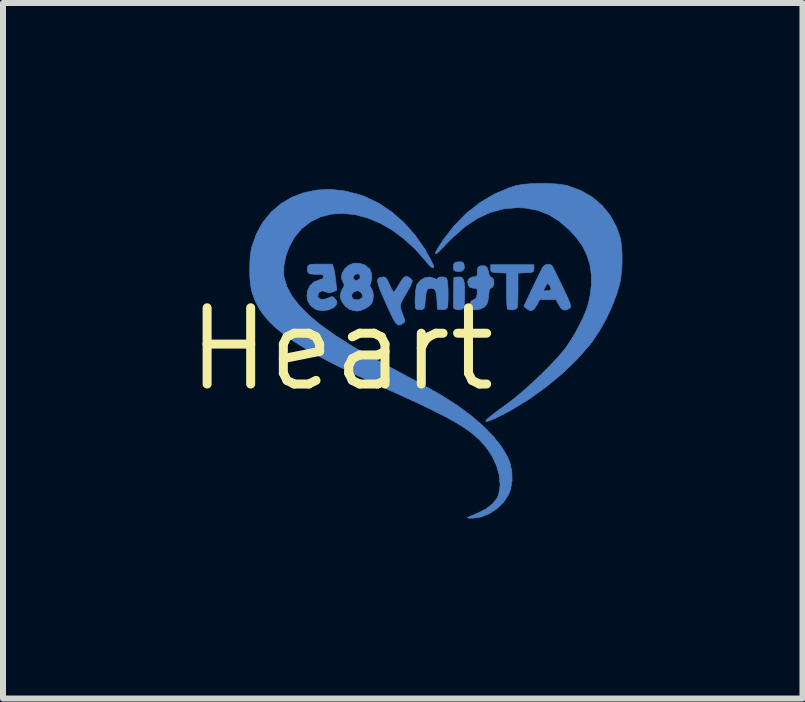
<source format=kicad_pcb>
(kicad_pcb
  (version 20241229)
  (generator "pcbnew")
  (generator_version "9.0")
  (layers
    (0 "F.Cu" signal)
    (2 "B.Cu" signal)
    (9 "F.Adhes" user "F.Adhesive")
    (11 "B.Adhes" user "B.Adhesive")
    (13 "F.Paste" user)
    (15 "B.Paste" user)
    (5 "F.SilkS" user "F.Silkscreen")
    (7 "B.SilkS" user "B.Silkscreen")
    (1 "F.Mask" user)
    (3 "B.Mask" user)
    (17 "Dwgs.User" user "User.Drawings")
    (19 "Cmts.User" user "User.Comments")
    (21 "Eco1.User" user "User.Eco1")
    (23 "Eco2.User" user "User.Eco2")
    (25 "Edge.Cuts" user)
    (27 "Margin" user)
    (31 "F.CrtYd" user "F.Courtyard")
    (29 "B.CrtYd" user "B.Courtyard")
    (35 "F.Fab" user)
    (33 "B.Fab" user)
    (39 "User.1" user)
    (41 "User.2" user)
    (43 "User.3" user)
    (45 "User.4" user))
  (footprint "Heart"
    (layer "F.Cu")
    (at 2.638 2.768)
    (property "Reference" "Heart" (at 0 0 0) (layer "F.SilkS") (effects (font (size 1.27 1.27) (thickness 0.15))))
    (attr through_hole)
    (fp_poly (pts (xy 2.006 -1.456) (xy 2.033 -1.439) (xy 2.042 -1.419) (xy 2.049 -1.352) (xy 2.022 -1.308) (xy 1.963 -1.291) (xy 1.956 -1.291) (xy 1.899 -1.3) (xy 1.871 -1.321) (xy 1.864 -1.366) (xy 1.866 -1.401) (xy 1.88 -1.435) (xy 1.915 -1.452) (xy 1.951 -1.456) (xy 2.006 -1.456)) (stroke (width 0.01) (type solid)) (fill yes) (layer "B.Cu"))
    (fp_poly (pts (xy 2.016 -1.189) (xy 2.037 -1.154) (xy 2.049 -1.09) (xy 2.053 -0.994) (xy 2.053 -0.941) (xy 2.052 -0.846) (xy 2.049 -0.765) (xy 2.044 -0.708) (xy 2.04 -0.69) (xy 2.012 -0.667) (xy 1.964 -0.657) (xy 1.912 -0.66) (xy 1.877 -0.676) (xy 1.872 -0.684) (xy 1.868 -0.715) (xy 1.866 -0.779) (xy 1.866 -0.866) (xy 1.867 -0.954) (xy 1.873 -1.196) (xy 1.933 -1.203) (xy 1.982 -1.204) (xy 2.016 -1.189)) (stroke (width 0.01) (type solid)) (fill yes) (layer "B.Cu"))
    (fp_poly (pts (xy 3.207 -1.344) (xy 3.205 -1.309) (xy 3.193 -1.29) (xy 3.162 -1.28) (xy 3.101 -1.276) (xy 3.074 -1.274) (xy 2.942 -1.268) (xy 2.942 -0.996) (xy 2.941 -0.89) (xy 2.939 -0.798) (xy 2.935 -0.729) (xy 2.93 -0.691) (xy 2.929 -0.69) (xy 2.902 -0.668) (xy 2.852 -0.656) (xy 2.8 -0.657) (xy 2.766 -0.67) (xy 2.761 -0.696) (xy 2.756 -0.755) (xy 2.753 -0.84) (xy 2.752 -0.944) (xy 2.752 -0.976) (xy 2.752 -1.268) (xy 2.619 -1.274) (xy 2.547 -1.279) (xy 2.508 -1.286) (xy 2.491 -1.302) (xy 2.487 -1.332) (xy 2.487 -1.344) (xy 2.487 -1.408) (xy 3.207 -1.408) (xy 3.207 -1.344)) (stroke (width 0.01) (type solid)) (fill yes) (layer "B.Cu"))
    (fp_poly (pts (xy 1.099 -1.21) (xy 1.122 -1.2) (xy 1.163 -1.169) (xy 1.181 -1.14) (xy 1.173 -1.109) (xy 1.147 -1.051) (xy 1.108 -0.976) (xy 1.077 -0.923) (xy 1.027 -0.837) (xy 0.996 -0.776) (xy 0.983 -0.726) (xy 0.988 -0.675) (xy 1.009 -0.611) (xy 1.041 -0.533) (xy 1.057 -0.484) (xy 1.053 -0.455) (xy 1.028 -0.432) (xy 0.984 -0.406) (xy 0.947 -0.403) (xy 0.913 -0.427) (xy 0.876 -0.481) (xy 0.83 -0.571) (xy 0.818 -0.598) (xy 0.742 -0.764) (xy 0.683 -0.895) (xy 0.641 -0.997) (xy 0.615 -1.072) (xy 0.603 -1.126) (xy 0.604 -1.161) (xy 0.619 -1.183) (xy 0.645 -1.196) (xy 0.683 -1.202) (xy 0.686 -1.203) (xy 0.718 -1.203) (xy 0.743 -1.187) (xy 0.768 -1.149) (xy 0.8 -1.081) (xy 0.831 -1.016) (xy 0.856 -0.97) (xy 0.871 -0.953) (xy 0.889 -0.969) (xy 0.919 -1.013) (xy 0.951 -1.066) (xy 0.999 -1.146) (xy 1.035 -1.193) (xy 1.066 -1.212) (xy 1.099 -1.21)) (stroke (width 0.01) (type solid)) (fill yes) (layer "B.Cu"))
    (fp_poly (pts (xy 1.726 -1.197) (xy 1.753 -1.181) (xy 1.763 -1.15) (xy 1.771 -1.088) (xy 1.776 -1.005) (xy 1.778 -0.914) (xy 1.777 -0.824) (xy 1.773 -0.748) (xy 1.765 -0.695) (xy 1.76 -0.681) (xy 1.725 -0.662) (xy 1.67 -0.66) (xy 1.598 -0.667) (xy 1.592 -0.814) (xy 1.584 -0.911) (xy 1.568 -0.972) (xy 1.541 -1.005) (xy 1.5 -1.016) (xy 1.491 -1.016) (xy 1.453 -1.01) (xy 1.428 -0.988) (xy 1.411 -0.942) (xy 1.401 -0.864) (xy 1.397 -0.815) (xy 1.391 -0.738) (xy 1.383 -0.693) (xy 1.368 -0.671) (xy 1.342 -0.663) (xy 1.322 -0.66) (xy 1.272 -0.66) (xy 1.243 -0.669) (xy 1.232 -0.702) (xy 1.227 -0.764) (xy 1.227 -0.844) (xy 1.232 -0.929) (xy 1.241 -1.006) (xy 1.253 -1.064) (xy 1.26 -1.08) (xy 1.315 -1.149) (xy 1.389 -1.191) (xy 1.471 -1.203) (xy 1.548 -1.18) (xy 1.548 -1.18) (xy 1.584 -1.164) (xy 1.601 -1.176) (xy 1.603 -1.18) (xy 1.629 -1.2) (xy 1.677 -1.206) (xy 1.726 -1.197)) (stroke (width 0.01) (type solid)) (fill yes) (layer "B.Cu"))
    (fp_poly (pts (xy 2.431 -1.357) (xy 2.451 -1.288) (xy 2.451 -1.286) (xy 2.465 -1.227) (xy 2.496 -1.201) (xy 2.499 -1.2) (xy 2.529 -1.173) (xy 2.542 -1.125) (xy 2.539 -1.073) (xy 2.518 -1.033) (xy 2.5 -1.023) (xy 2.476 -1.008) (xy 2.462 -0.974) (xy 2.453 -0.91) (xy 2.451 -0.884) (xy 2.442 -0.806) (xy 2.426 -0.756) (xy 2.397 -0.718) (xy 2.384 -0.706) (xy 2.33 -0.675) (xy 2.265 -0.658) (xy 2.203 -0.656) (xy 2.159 -0.671) (xy 2.146 -0.686) (xy 2.138 -0.749) (xy 2.16 -0.801) (xy 2.201 -0.825) (xy 2.236 -0.84) (xy 2.254 -0.872) (xy 2.261 -0.927) (xy 2.263 -0.983) (xy 2.254 -1.009) (xy 2.225 -1.016) (xy 2.202 -1.016) (xy 2.146 -1.027) (xy 2.114 -1.066) (xy 2.103 -1.13) (xy 2.128 -1.179) (xy 2.181 -1.205) (xy 2.202 -1.206) (xy 2.242 -1.21) (xy 2.26 -1.228) (xy 2.265 -1.274) (xy 2.265 -1.291) (xy 2.269 -1.347) (xy 2.286 -1.375) (xy 2.321 -1.389) (xy 2.388 -1.391) (xy 2.431 -1.357)) (stroke (width 0.01) (type solid)) (fill yes) (layer "B.Cu"))
    (fp_poly (pts (xy 3.5 -1.4) (xy 3.508 -1.392) (xy 3.524 -1.365) (xy 3.554 -1.306) (xy 3.596 -1.223) (xy 3.645 -1.123) (xy 3.684 -1.042) (xy 3.741 -0.921) (xy 3.781 -0.833) (xy 3.806 -0.772) (xy 3.817 -0.731) (xy 3.818 -0.705) (xy 3.81 -0.689) (xy 3.808 -0.688) (xy 3.764 -0.661) (xy 3.726 -0.652) (xy 3.689 -0.656) (xy 3.657 -0.683) (xy 3.624 -0.736) (xy 3.574 -0.826) (xy 3.305 -0.826) (xy 3.256 -0.736) (xy 3.211 -0.669) (xy 3.169 -0.642) (xy 3.122 -0.652) (xy 3.089 -0.674) (xy 3.039 -0.715) (xy 3.161 -0.974) (xy 3.364 -0.974) (xy 3.428 -0.974) (xy 3.476 -0.982) (xy 3.493 -1.001) (xy 3.481 -1.04) (xy 3.463 -1.069) (xy 3.443 -1.092) (xy 3.426 -1.087) (xy 3.403 -1.049) (xy 3.399 -1.041) (xy 3.364 -0.974) (xy 3.161 -0.974) (xy 3.183 -1.019) (xy 3.234 -1.127) (xy 3.281 -1.224) (xy 3.321 -1.303) (xy 3.348 -1.356) (xy 3.357 -1.371) (xy 3.399 -1.407) (xy 3.453 -1.418) (xy 3.5 -1.4)) (stroke (width 0.01) (type solid)) (fill yes) (layer "B.Cu"))
    (fp_poly (pts (xy -0.13 -1.354) (xy -0.117 -1.3) (xy -0.104 -1.221) (xy -0.093 -1.135) (xy -0.079 -0.981) (xy -0.144 -0.954) (xy -0.205 -0.939) (xy -0.251 -0.951) (xy -0.315 -0.972) (xy -0.362 -0.956) (xy -0.382 -0.93) (xy -0.394 -0.879) (xy -0.373 -0.845) (xy -0.327 -0.829) (xy -0.263 -0.837) (xy -0.212 -0.857) (xy -0.167 -0.877) (xy -0.137 -0.871) (xy -0.106 -0.842) (xy -0.073 -0.791) (xy -0.078 -0.746) (xy -0.122 -0.699) (xy -0.13 -0.693) (xy -0.212 -0.655) (xy -0.31 -0.642) (xy -0.405 -0.655) (xy -0.44 -0.669) (xy -0.515 -0.728) (xy -0.56 -0.805) (xy -0.575 -0.892) (xy -0.562 -0.98) (xy -0.523 -1.059) (xy -0.458 -1.12) (xy -0.37 -1.155) (xy -0.316 -1.173) (xy -0.297 -1.203) (xy -0.296 -1.209) (xy -0.302 -1.231) (xy -0.324 -1.243) (xy -0.374 -1.248) (xy -0.422 -1.249) (xy -0.494 -1.251) (xy -0.535 -1.259) (xy -0.555 -1.277) (xy -0.561 -1.291) (xy -0.566 -1.347) (xy -0.561 -1.376) (xy -0.551 -1.396) (xy -0.53 -1.408) (xy -0.491 -1.415) (xy -0.423 -1.418) (xy -0.35 -1.418) (xy -0.152 -1.418) (xy -0.13 -1.354)) (stroke (width 0.01) (type solid)) (fill yes) (layer "B.Cu"))
    (fp_poly (pts (xy 0.393 -1.401) (xy 0.466 -1.341) (xy 0.475 -1.329) (xy 0.501 -1.262) (xy 0.506 -1.18) (xy 0.489 -1.105) (xy 0.485 -1.098) (xy 0.474 -1.056) (xy 0.498 -1.015) (xy 0.498 -1.015) (xy 0.524 -0.961) (xy 0.532 -0.887) (xy 0.523 -0.81) (xy 0.504 -0.762) (xy 0.457 -0.714) (xy 0.386 -0.671) (xy 0.309 -0.642) (xy 0.26 -0.636) (xy 0.198 -0.645) (xy 0.133 -0.666) (xy 0.067 -0.713) (xy 0.013 -0.783) (xy -0.018 -0.859) (xy -0.02 -0.883) (xy 0.17 -0.883) (xy 0.189 -0.844) (xy 0.217 -0.827) (xy 0.279 -0.823) (xy 0.333 -0.849) (xy 0.349 -0.868) (xy 0.351 -0.905) (xy 0.327 -0.945) (xy 0.287 -0.971) (xy 0.268 -0.974) (xy 0.213 -0.96) (xy 0.179 -0.925) (xy 0.17 -0.883) (xy -0.02 -0.883) (xy -0.021 -0.889) (xy -0.01 -0.944) (xy 0.017 -1.004) (xy 0.019 -1.007) (xy 0.043 -1.054) (xy 0.043 -1.087) (xy 0.029 -1.111) (xy 0.002 -1.182) (xy 0.004 -1.203) (xy 0.195 -1.203) (xy 0.203 -1.166) (xy 0.238 -1.147) (xy 0.259 -1.147) (xy 0.302 -1.171) (xy 0.313 -1.199) (xy 0.305 -1.241) (xy 0.271 -1.258) (xy 0.225 -1.243) (xy 0.221 -1.24) (xy 0.195 -1.203) (xy 0.004 -1.203) (xy 0.009 -1.26) (xy 0.05 -1.336) (xy 0.118 -1.398) (xy 0.206 -1.433) (xy 0.302 -1.433) (xy 0.393 -1.401)) (stroke (width 0.01) (type solid)) (fill yes) (layer "B.Cu"))
    (fp_poly (pts (xy 3.451 -2.761) (xy 3.596 -2.752) (xy 3.72 -2.735) (xy 3.768 -2.725) (xy 3.986 -2.645) (xy 4.18 -2.534) (xy 4.346 -2.392) (xy 4.483 -2.223) (xy 4.586 -2.029) (xy 4.646 -1.853) (xy 4.665 -1.741) (xy 4.675 -1.601) (xy 4.676 -1.447) (xy 4.668 -1.295) (xy 4.65 -1.156) (xy 4.645 -1.126) (xy 4.592 -0.933) (xy 4.513 -0.723) (xy 4.414 -0.51) (xy 4.299 -0.306) (xy 4.175 -0.121) (xy 4.135 -0.069) (xy 3.923 0.171) (xy 3.678 0.407) (xy 3.408 0.63) (xy 3.123 0.835) (xy 2.83 1.014) (xy 2.683 1.092) (xy 2.564 1.15) (xy 2.477 1.188) (xy 2.423 1.204) (xy 2.403 1.2) (xy 2.418 1.175) (xy 2.447 1.148) (xy 2.487 1.115) (xy 2.554 1.063) (xy 2.639 0.999) (xy 2.735 0.929) (xy 2.775 0.9) (xy 2.902 0.802) (xy 3.042 0.683) (xy 3.19 0.55) (xy 3.337 0.411) (xy 3.476 0.271) (xy 3.6 0.14) (xy 3.701 0.022) (xy 3.743 -0.032) (xy 3.831 -0.162) (xy 3.919 -0.314) (xy 4.001 -0.473) (xy 4.068 -0.624) (xy 4.106 -0.73) (xy 4.143 -0.892) (xy 4.163 -1.066) (xy 4.163 -1.238) (xy 4.143 -1.39) (xy 4.141 -1.402) (xy 4.09 -1.568) (xy 4.017 -1.716) (xy 3.916 -1.857) (xy 3.802 -1.982) (xy 3.631 -2.131) (xy 3.457 -2.241) (xy 3.272 -2.313) (xy 3.072 -2.351) (xy 2.932 -2.358) (xy 2.705 -2.339) (xy 2.485 -2.28) (xy 2.271 -2.182) (xy 2.061 -2.043) (xy 1.855 -1.862) (xy 1.773 -1.779) (xy 1.703 -1.706) (xy 1.644 -1.646) (xy 1.601 -1.604) (xy 1.58 -1.588) (xy 1.579 -1.587) (xy 1.568 -1.595) (xy 1.573 -1.62) (xy 1.598 -1.667) (xy 1.643 -1.741) (xy 1.693 -1.816) (xy 1.875 -2.054) (xy 2.081 -2.264) (xy 2.309 -2.443) (xy 2.553 -2.588) (xy 2.809 -2.695) (xy 2.9 -2.723) (xy 3.007 -2.744) (xy 3.143 -2.757) (xy 3.295 -2.763) (xy 3.451 -2.761)) (stroke (width 0.01) (type solid)) (fill yes) (layer "B.Cu"))
    (fp_poly (pts (xy 0.067 -2.635) (xy 0.313 -2.571) (xy 0.393 -2.542) (xy 0.621 -2.433) (xy 0.84 -2.286) (xy 1.044 -2.107) (xy 1.228 -1.9) (xy 1.388 -1.671) (xy 1.473 -1.519) (xy 1.513 -1.44) (xy 1.535 -1.392) (xy 1.542 -1.366) (xy 1.536 -1.357) (xy 1.519 -1.356) (xy 1.493 -1.372) (xy 1.451 -1.412) (xy 1.408 -1.464) (xy 1.23 -1.667) (xy 1.04 -1.841) (xy 0.842 -1.987) (xy 0.638 -2.103) (xy 0.432 -2.188) (xy 0.227 -2.242) (xy 0.027 -2.263) (xy -0.165 -2.251) (xy -0.346 -2.205) (xy -0.513 -2.124) (xy -0.662 -2.007) (xy -0.672 -1.997) (xy -0.779 -1.868) (xy -0.864 -1.717) (xy -0.925 -1.555) (xy -0.958 -1.392) (xy -0.961 -1.238) (xy -0.953 -1.189) (xy -0.907 -1.039) (xy -0.824 -0.887) (xy -0.705 -0.732) (xy -0.547 -0.572) (xy -0.351 -0.408) (xy -0.115 -0.238) (xy 0.162 -0.062) (xy 0.263 -0.002) (xy 0.333 0.039) (xy 0.434 0.095) (xy 0.557 0.162) (xy 0.696 0.238) (xy 0.842 0.317) (xy 0.972 0.386) (xy 1.119 0.465) (xy 1.265 0.544) (xy 1.402 0.619) (xy 1.523 0.686) (xy 1.62 0.74) (xy 1.679 0.775) (xy 1.932 0.937) (xy 2.159 1.105) (xy 2.359 1.276) (xy 2.527 1.448) (xy 2.662 1.616) (xy 2.761 1.78) (xy 2.807 1.888) (xy 2.84 2.038) (xy 2.843 2.193) (xy 2.817 2.339) (xy 2.786 2.421) (xy 2.704 2.546) (xy 2.595 2.654) (xy 2.466 2.739) (xy 2.328 2.795) (xy 2.189 2.815) (xy 2.185 2.815) (xy 2.13 2.814) (xy 2.1 2.81) (xy 2.097 2.807) (xy 2.12 2.796) (xy 2.171 2.773) (xy 2.243 2.742) (xy 2.269 2.731) (xy 2.413 2.658) (xy 2.523 2.571) (xy 2.597 2.474) (xy 2.621 2.417) (xy 2.644 2.269) (xy 2.632 2.108) (xy 2.585 1.941) (xy 2.505 1.775) (xy 2.447 1.685) (xy 2.382 1.601) (xy 2.311 1.521) (xy 2.228 1.444) (xy 2.132 1.368) (xy 2.019 1.29) (xy 1.886 1.209) (xy 1.73 1.123) (xy 1.546 1.03) (xy 1.333 0.927) (xy 1.086 0.812) (xy 0.832 0.697) (xy 0.474 0.535) (xy 0.154 0.385) (xy -0.13 0.245) (xy -0.38 0.114) (xy -0.599 -0.01) (xy -0.789 -0.128) (xy -0.952 -0.242) (xy -1.09 -0.353) (xy -1.205 -0.463) (xy -1.299 -0.574) (xy -1.376 -0.687) (xy -1.436 -0.804) (xy -1.482 -0.926) (xy -1.493 -0.962) (xy -1.513 -1.064) (xy -1.525 -1.193) (xy -1.528 -1.337) (xy -1.524 -1.482) (xy -1.511 -1.613) (xy -1.493 -1.704) (xy -1.415 -1.924) (xy -1.306 -2.119) (xy -1.169 -2.286) (xy -1.007 -2.425) (xy -0.823 -2.533) (xy -0.621 -2.609) (xy -0.402 -2.653) (xy -0.172 -2.662) (xy 0.067 -2.635)) (stroke (width 0.01) (type solid)) (fill yes) (layer "B.Cu"))
    (fp_poly (pts (xy 2.006 -1.456) (xy 2.033 -1.439) (xy 2.042 -1.419) (xy 2.049 -1.352) (xy 2.022 -1.308) (xy 1.963 -1.291) (xy 1.956 -1.291) (xy 1.899 -1.3) (xy 1.871 -1.321) (xy 1.864 -1.366) (xy 1.866 -1.401) (xy 1.88 -1.435) (xy 1.915 -1.452) (xy 1.951 -1.456) (xy 2.006 -1.456)) (stroke (width 0.01) (type solid)) (fill yes) (layer "B.Mask"))
    (fp_poly (pts (xy 2.016 -1.189) (xy 2.037 -1.154) (xy 2.049 -1.09) (xy 2.053 -0.994) (xy 2.053 -0.941) (xy 2.052 -0.846) (xy 2.049 -0.765) (xy 2.044 -0.708) (xy 2.04 -0.69) (xy 2.012 -0.667) (xy 1.964 -0.657) (xy 1.912 -0.66) (xy 1.877 -0.676) (xy 1.872 -0.684) (xy 1.868 -0.715) (xy 1.866 -0.779) (xy 1.866 -0.866) (xy 1.867 -0.954) (xy 1.873 -1.196) (xy 1.933 -1.203) (xy 1.982 -1.204) (xy 2.016 -1.189)) (stroke (width 0.01) (type solid)) (fill yes) (layer "B.Mask"))
    (fp_poly (pts (xy 3.207 -1.344) (xy 3.205 -1.309) (xy 3.193 -1.29) (xy 3.162 -1.28) (xy 3.101 -1.276) (xy 3.074 -1.274) (xy 2.942 -1.268) (xy 2.942 -0.996) (xy 2.941 -0.89) (xy 2.939 -0.798) (xy 2.935 -0.729) (xy 2.93 -0.691) (xy 2.929 -0.69) (xy 2.902 -0.668) (xy 2.852 -0.656) (xy 2.8 -0.657) (xy 2.766 -0.67) (xy 2.761 -0.696) (xy 2.756 -0.755) (xy 2.753 -0.84) (xy 2.752 -0.944) (xy 2.752 -0.976) (xy 2.752 -1.268) (xy 2.619 -1.274) (xy 2.547 -1.279) (xy 2.508 -1.286) (xy 2.491 -1.302) (xy 2.487 -1.332) (xy 2.487 -1.344) (xy 2.487 -1.408) (xy 3.207 -1.408) (xy 3.207 -1.344)) (stroke (width 0.01) (type solid)) (fill yes) (layer "B.Mask"))
    (fp_poly (pts (xy 1.099 -1.21) (xy 1.122 -1.2) (xy 1.163 -1.169) (xy 1.181 -1.14) (xy 1.173 -1.109) (xy 1.147 -1.051) (xy 1.108 -0.976) (xy 1.077 -0.923) (xy 1.027 -0.837) (xy 0.996 -0.776) (xy 0.983 -0.726) (xy 0.988 -0.675) (xy 1.009 -0.611) (xy 1.041 -0.533) (xy 1.057 -0.484) (xy 1.053 -0.455) (xy 1.028 -0.432) (xy 0.984 -0.406) (xy 0.947 -0.403) (xy 0.913 -0.427) (xy 0.876 -0.481) (xy 0.83 -0.571) (xy 0.818 -0.598) (xy 0.742 -0.764) (xy 0.683 -0.895) (xy 0.641 -0.997) (xy 0.615 -1.072) (xy 0.603 -1.126) (xy 0.604 -1.161) (xy 0.619 -1.183) (xy 0.645 -1.196) (xy 0.683 -1.202) (xy 0.686 -1.203) (xy 0.718 -1.203) (xy 0.743 -1.187) (xy 0.768 -1.149) (xy 0.8 -1.081) (xy 0.831 -1.016) (xy 0.856 -0.97) (xy 0.871 -0.953) (xy 0.889 -0.969) (xy 0.919 -1.013) (xy 0.951 -1.066) (xy 0.999 -1.146) (xy 1.035 -1.193) (xy 1.066 -1.212) (xy 1.099 -1.21)) (stroke (width 0.01) (type solid)) (fill yes) (layer "B.Mask"))
    (fp_poly (pts (xy 1.726 -1.197) (xy 1.753 -1.181) (xy 1.763 -1.15) (xy 1.771 -1.088) (xy 1.776 -1.005) (xy 1.778 -0.914) (xy 1.777 -0.824) (xy 1.773 -0.748) (xy 1.765 -0.695) (xy 1.76 -0.681) (xy 1.725 -0.662) (xy 1.67 -0.66) (xy 1.598 -0.667) (xy 1.592 -0.814) (xy 1.584 -0.911) (xy 1.568 -0.972) (xy 1.541 -1.005) (xy 1.5 -1.016) (xy 1.491 -1.016) (xy 1.453 -1.01) (xy 1.428 -0.988) (xy 1.411 -0.942) (xy 1.401 -0.864) (xy 1.397 -0.815) (xy 1.391 -0.738) (xy 1.383 -0.693) (xy 1.368 -0.671) (xy 1.342 -0.663) (xy 1.322 -0.66) (xy 1.272 -0.66) (xy 1.243 -0.669) (xy 1.232 -0.702) (xy 1.227 -0.764) (xy 1.227 -0.844) (xy 1.232 -0.929) (xy 1.241 -1.006) (xy 1.253 -1.064) (xy 1.26 -1.08) (xy 1.315 -1.149) (xy 1.389 -1.191) (xy 1.471 -1.203) (xy 1.548 -1.18) (xy 1.548 -1.18) (xy 1.584 -1.164) (xy 1.601 -1.176) (xy 1.603 -1.18) (xy 1.629 -1.2) (xy 1.677 -1.206) (xy 1.726 -1.197)) (stroke (width 0.01) (type solid)) (fill yes) (layer "B.Mask"))
    (fp_poly (pts (xy 2.431 -1.357) (xy 2.451 -1.288) (xy 2.451 -1.286) (xy 2.465 -1.227) (xy 2.496 -1.201) (xy 2.499 -1.2) (xy 2.529 -1.173) (xy 2.542 -1.125) (xy 2.539 -1.073) (xy 2.518 -1.033) (xy 2.5 -1.023) (xy 2.476 -1.008) (xy 2.462 -0.974) (xy 2.453 -0.91) (xy 2.451 -0.884) (xy 2.442 -0.806) (xy 2.426 -0.756) (xy 2.397 -0.718) (xy 2.384 -0.706) (xy 2.33 -0.675) (xy 2.265 -0.658) (xy 2.203 -0.656) (xy 2.159 -0.671) (xy 2.146 -0.686) (xy 2.138 -0.749) (xy 2.16 -0.801) (xy 2.201 -0.825) (xy 2.236 -0.84) (xy 2.254 -0.872) (xy 2.261 -0.927) (xy 2.263 -0.983) (xy 2.254 -1.009) (xy 2.225 -1.016) (xy 2.202 -1.016) (xy 2.146 -1.027) (xy 2.114 -1.066) (xy 2.103 -1.13) (xy 2.128 -1.179) (xy 2.181 -1.205) (xy 2.202 -1.206) (xy 2.242 -1.21) (xy 2.26 -1.228) (xy 2.265 -1.274) (xy 2.265 -1.291) (xy 2.269 -1.347) (xy 2.286 -1.375) (xy 2.321 -1.389) (xy 2.388 -1.391) (xy 2.431 -1.357)) (stroke (width 0.01) (type solid)) (fill yes) (layer "B.Mask"))
    (fp_poly (pts (xy 3.5 -1.4) (xy 3.508 -1.392) (xy 3.524 -1.365) (xy 3.554 -1.306) (xy 3.596 -1.223) (xy 3.645 -1.123) (xy 3.684 -1.042) (xy 3.741 -0.921) (xy 3.781 -0.833) (xy 3.806 -0.772) (xy 3.817 -0.731) (xy 3.818 -0.705) (xy 3.81 -0.689) (xy 3.808 -0.688) (xy 3.764 -0.661) (xy 3.726 -0.652) (xy 3.689 -0.656) (xy 3.657 -0.683) (xy 3.624 -0.736) (xy 3.574 -0.826) (xy 3.305 -0.826) (xy 3.256 -0.736) (xy 3.211 -0.669) (xy 3.169 -0.642) (xy 3.122 -0.652) (xy 3.089 -0.674) (xy 3.039 -0.715) (xy 3.161 -0.974) (xy 3.364 -0.974) (xy 3.428 -0.974) (xy 3.476 -0.982) (xy 3.493 -1.001) (xy 3.481 -1.04) (xy 3.463 -1.069) (xy 3.443 -1.092) (xy 3.426 -1.087) (xy 3.403 -1.049) (xy 3.399 -1.041) (xy 3.364 -0.974) (xy 3.161 -0.974) (xy 3.183 -1.019) (xy 3.234 -1.127) (xy 3.281 -1.224) (xy 3.321 -1.303) (xy 3.348 -1.356) (xy 3.357 -1.371) (xy 3.399 -1.407) (xy 3.453 -1.418) (xy 3.5 -1.4)) (stroke (width 0.01) (type solid)) (fill yes) (layer "B.Mask"))
    (fp_poly (pts (xy -0.13 -1.354) (xy -0.117 -1.3) (xy -0.104 -1.221) (xy -0.093 -1.135) (xy -0.079 -0.981) (xy -0.144 -0.954) (xy -0.205 -0.939) (xy -0.251 -0.951) (xy -0.315 -0.972) (xy -0.362 -0.956) (xy -0.382 -0.93) (xy -0.394 -0.879) (xy -0.373 -0.845) (xy -0.327 -0.829) (xy -0.263 -0.837) (xy -0.212 -0.857) (xy -0.167 -0.877) (xy -0.137 -0.871) (xy -0.106 -0.842) (xy -0.073 -0.791) (xy -0.078 -0.746) (xy -0.122 -0.699) (xy -0.13 -0.693) (xy -0.212 -0.655) (xy -0.31 -0.642) (xy -0.405 -0.655) (xy -0.44 -0.669) (xy -0.515 -0.728) (xy -0.56 -0.805) (xy -0.575 -0.892) (xy -0.562 -0.98) (xy -0.523 -1.059) (xy -0.458 -1.12) (xy -0.37 -1.155) (xy -0.316 -1.173) (xy -0.297 -1.203) (xy -0.296 -1.209) (xy -0.302 -1.231) (xy -0.324 -1.243) (xy -0.374 -1.248) (xy -0.422 -1.249) (xy -0.494 -1.251) (xy -0.535 -1.259) (xy -0.555 -1.277) (xy -0.561 -1.291) (xy -0.566 -1.347) (xy -0.561 -1.376) (xy -0.551 -1.396) (xy -0.53 -1.408) (xy -0.491 -1.415) (xy -0.423 -1.418) (xy -0.35 -1.418) (xy -0.152 -1.418) (xy -0.13 -1.354)) (stroke (width 0.01) (type solid)) (fill yes) (layer "B.Mask"))
    (fp_poly (pts (xy 0.393 -1.401) (xy 0.466 -1.341) (xy 0.475 -1.329) (xy 0.501 -1.262) (xy 0.506 -1.18) (xy 0.489 -1.105) (xy 0.485 -1.098) (xy 0.474 -1.056) (xy 0.498 -1.015) (xy 0.498 -1.015) (xy 0.524 -0.961) (xy 0.532 -0.887) (xy 0.523 -0.81) (xy 0.504 -0.762) (xy 0.457 -0.714) (xy 0.386 -0.671) (xy 0.309 -0.642) (xy 0.26 -0.636) (xy 0.198 -0.645) (xy 0.133 -0.666) (xy 0.067 -0.713) (xy 0.013 -0.783) (xy -0.018 -0.859) (xy -0.02 -0.883) (xy 0.17 -0.883) (xy 0.189 -0.844) (xy 0.217 -0.827) (xy 0.279 -0.823) (xy 0.333 -0.849) (xy 0.349 -0.868) (xy 0.351 -0.905) (xy 0.327 -0.945) (xy 0.287 -0.971) (xy 0.268 -0.974) (xy 0.213 -0.96) (xy 0.179 -0.925) (xy 0.17 -0.883) (xy -0.02 -0.883) (xy -0.021 -0.889) (xy -0.01 -0.944) (xy 0.017 -1.004) (xy 0.019 -1.007) (xy 0.043 -1.054) (xy 0.043 -1.087) (xy 0.029 -1.111) (xy 0.002 -1.182) (xy 0.004 -1.203) (xy 0.195 -1.203) (xy 0.203 -1.166) (xy 0.238 -1.147) (xy 0.259 -1.147) (xy 0.302 -1.171) (xy 0.313 -1.199) (xy 0.305 -1.241) (xy 0.271 -1.258) (xy 0.225 -1.243) (xy 0.221 -1.24) (xy 0.195 -1.203) (xy 0.004 -1.203) (xy 0.009 -1.26) (xy 0.05 -1.336) (xy 0.118 -1.398) (xy 0.206 -1.433) (xy 0.302 -1.433) (xy 0.393 -1.401)) (stroke (width 0.01) (type solid)) (fill yes) (layer "B.Mask"))
    (fp_poly (pts (xy 3.451 -2.761) (xy 3.596 -2.752) (xy 3.72 -2.735) (xy 3.768 -2.725) (xy 3.986 -2.645) (xy 4.18 -2.534) (xy 4.346 -2.392) (xy 4.483 -2.223) (xy 4.586 -2.029) (xy 4.646 -1.853) (xy 4.665 -1.741) (xy 4.675 -1.601) (xy 4.676 -1.447) (xy 4.668 -1.295) (xy 4.65 -1.156) (xy 4.645 -1.126) (xy 4.592 -0.933) (xy 4.513 -0.723) (xy 4.414 -0.51) (xy 4.299 -0.306) (xy 4.175 -0.121) (xy 4.135 -0.069) (xy 3.923 0.171) (xy 3.678 0.407) (xy 3.408 0.63) (xy 3.123 0.835) (xy 2.83 1.014) (xy 2.683 1.092) (xy 2.564 1.15) (xy 2.477 1.188) (xy 2.423 1.204) (xy 2.403 1.2) (xy 2.418 1.175) (xy 2.447 1.148) (xy 2.487 1.115) (xy 2.554 1.063) (xy 2.639 0.999) (xy 2.735 0.929) (xy 2.775 0.9) (xy 2.902 0.802) (xy 3.042 0.683) (xy 3.19 0.55) (xy 3.337 0.411) (xy 3.476 0.271) (xy 3.6 0.14) (xy 3.701 0.022) (xy 3.743 -0.032) (xy 3.831 -0.162) (xy 3.919 -0.314) (xy 4.001 -0.473) (xy 4.068 -0.624) (xy 4.106 -0.73) (xy 4.143 -0.892) (xy 4.163 -1.066) (xy 4.163 -1.238) (xy 4.143 -1.39) (xy 4.141 -1.402) (xy 4.09 -1.568) (xy 4.017 -1.716) (xy 3.916 -1.857) (xy 3.802 -1.982) (xy 3.631 -2.131) (xy 3.457 -2.241) (xy 3.272 -2.313) (xy 3.072 -2.351) (xy 2.932 -2.358) (xy 2.705 -2.339) (xy 2.485 -2.28) (xy 2.271 -2.182) (xy 2.061 -2.043) (xy 1.855 -1.862) (xy 1.773 -1.779) (xy 1.703 -1.706) (xy 1.644 -1.646) (xy 1.601 -1.604) (xy 1.58 -1.588) (xy 1.579 -1.587) (xy 1.568 -1.595) (xy 1.573 -1.62) (xy 1.598 -1.667) (xy 1.643 -1.741) (xy 1.693 -1.816) (xy 1.875 -2.054) (xy 2.081 -2.264) (xy 2.309 -2.443) (xy 2.553 -2.588) (xy 2.809 -2.695) (xy 2.9 -2.723) (xy 3.007 -2.744) (xy 3.143 -2.757) (xy 3.295 -2.763) (xy 3.451 -2.761)) (stroke (width 0.01) (type solid)) (fill yes) (layer "B.Mask"))
    (fp_poly (pts (xy 0.067 -2.635) (xy 0.313 -2.571) (xy 0.393 -2.542) (xy 0.621 -2.433) (xy 0.84 -2.286) (xy 1.044 -2.107) (xy 1.228 -1.9) (xy 1.388 -1.671) (xy 1.473 -1.519) (xy 1.513 -1.44) (xy 1.535 -1.392) (xy 1.542 -1.366) (xy 1.536 -1.357) (xy 1.519 -1.356) (xy 1.493 -1.372) (xy 1.451 -1.412) (xy 1.408 -1.464) (xy 1.23 -1.667) (xy 1.04 -1.841) (xy 0.842 -1.987) (xy 0.638 -2.103) (xy 0.432 -2.188) (xy 0.227 -2.242) (xy 0.027 -2.263) (xy -0.165 -2.251) (xy -0.346 -2.205) (xy -0.513 -2.124) (xy -0.662 -2.007) (xy -0.672 -1.997) (xy -0.779 -1.868) (xy -0.864 -1.717) (xy -0.925 -1.555) (xy -0.958 -1.392) (xy -0.961 -1.238) (xy -0.953 -1.189) (xy -0.907 -1.039) (xy -0.824 -0.887) (xy -0.705 -0.732) (xy -0.547 -0.572) (xy -0.351 -0.408) (xy -0.115 -0.238) (xy 0.162 -0.062) (xy 0.263 -0.002) (xy 0.333 0.039) (xy 0.434 0.095) (xy 0.557 0.162) (xy 0.696 0.238) (xy 0.842 0.317) (xy 0.972 0.386) (xy 1.119 0.465) (xy 1.265 0.544) (xy 1.402 0.619) (xy 1.523 0.686) (xy 1.62 0.74) (xy 1.679 0.775) (xy 1.932 0.937) (xy 2.159 1.105) (xy 2.359 1.276) (xy 2.527 1.448) (xy 2.662 1.616) (xy 2.761 1.78) (xy 2.807 1.888) (xy 2.84 2.038) (xy 2.843 2.193) (xy 2.817 2.339) (xy 2.786 2.421) (xy 2.704 2.546) (xy 2.595 2.654) (xy 2.466 2.739) (xy 2.328 2.795) (xy 2.189 2.815) (xy 2.185 2.815) (xy 2.13 2.814) (xy 2.1 2.81) (xy 2.097 2.807) (xy 2.12 2.796) (xy 2.171 2.773) (xy 2.243 2.742) (xy 2.269 2.731) (xy 2.413 2.658) (xy 2.523 2.571) (xy 2.597 2.474) (xy 2.621 2.417) (xy 2.644 2.269) (xy 2.632 2.108) (xy 2.585 1.941) (xy 2.505 1.775) (xy 2.447 1.685) (xy 2.382 1.601) (xy 2.311 1.521) (xy 2.228 1.444) (xy 2.132 1.368) (xy 2.019 1.29) (xy 1.886 1.209) (xy 1.73 1.123) (xy 1.546 1.03) (xy 1.333 0.927) (xy 1.086 0.812) (xy 0.832 0.697) (xy 0.474 0.535) (xy 0.154 0.385) (xy -0.13 0.245) (xy -0.38 0.114) (xy -0.599 -0.01) (xy -0.789 -0.128) (xy -0.952 -0.242) (xy -1.09 -0.353) (xy -1.205 -0.463) (xy -1.299 -0.574) (xy -1.376 -0.687) (xy -1.436 -0.804) (xy -1.482 -0.926) (xy -1.493 -0.962) (xy -1.513 -1.064) (xy -1.525 -1.193) (xy -1.528 -1.337) (xy -1.524 -1.482) (xy -1.511 -1.613) (xy -1.493 -1.704) (xy -1.415 -1.924) (xy -1.306 -2.119) (xy -1.169 -2.286) (xy -1.007 -2.425) (xy -0.823 -2.533) (xy -0.621 -2.609) (xy -0.402 -2.653) (xy -0.172 -2.662) (xy 0.067 -2.635)) (stroke (width 0.01) (type solid)) (fill yes) (layer "B.Mask")))
  (gr_rect
    (start -3 -3)
    (end 10.319 8.588)
    (stroke (width 0.1) (type default))
    (fill no)
    (layer "Edge.Cuts")))
</source>
